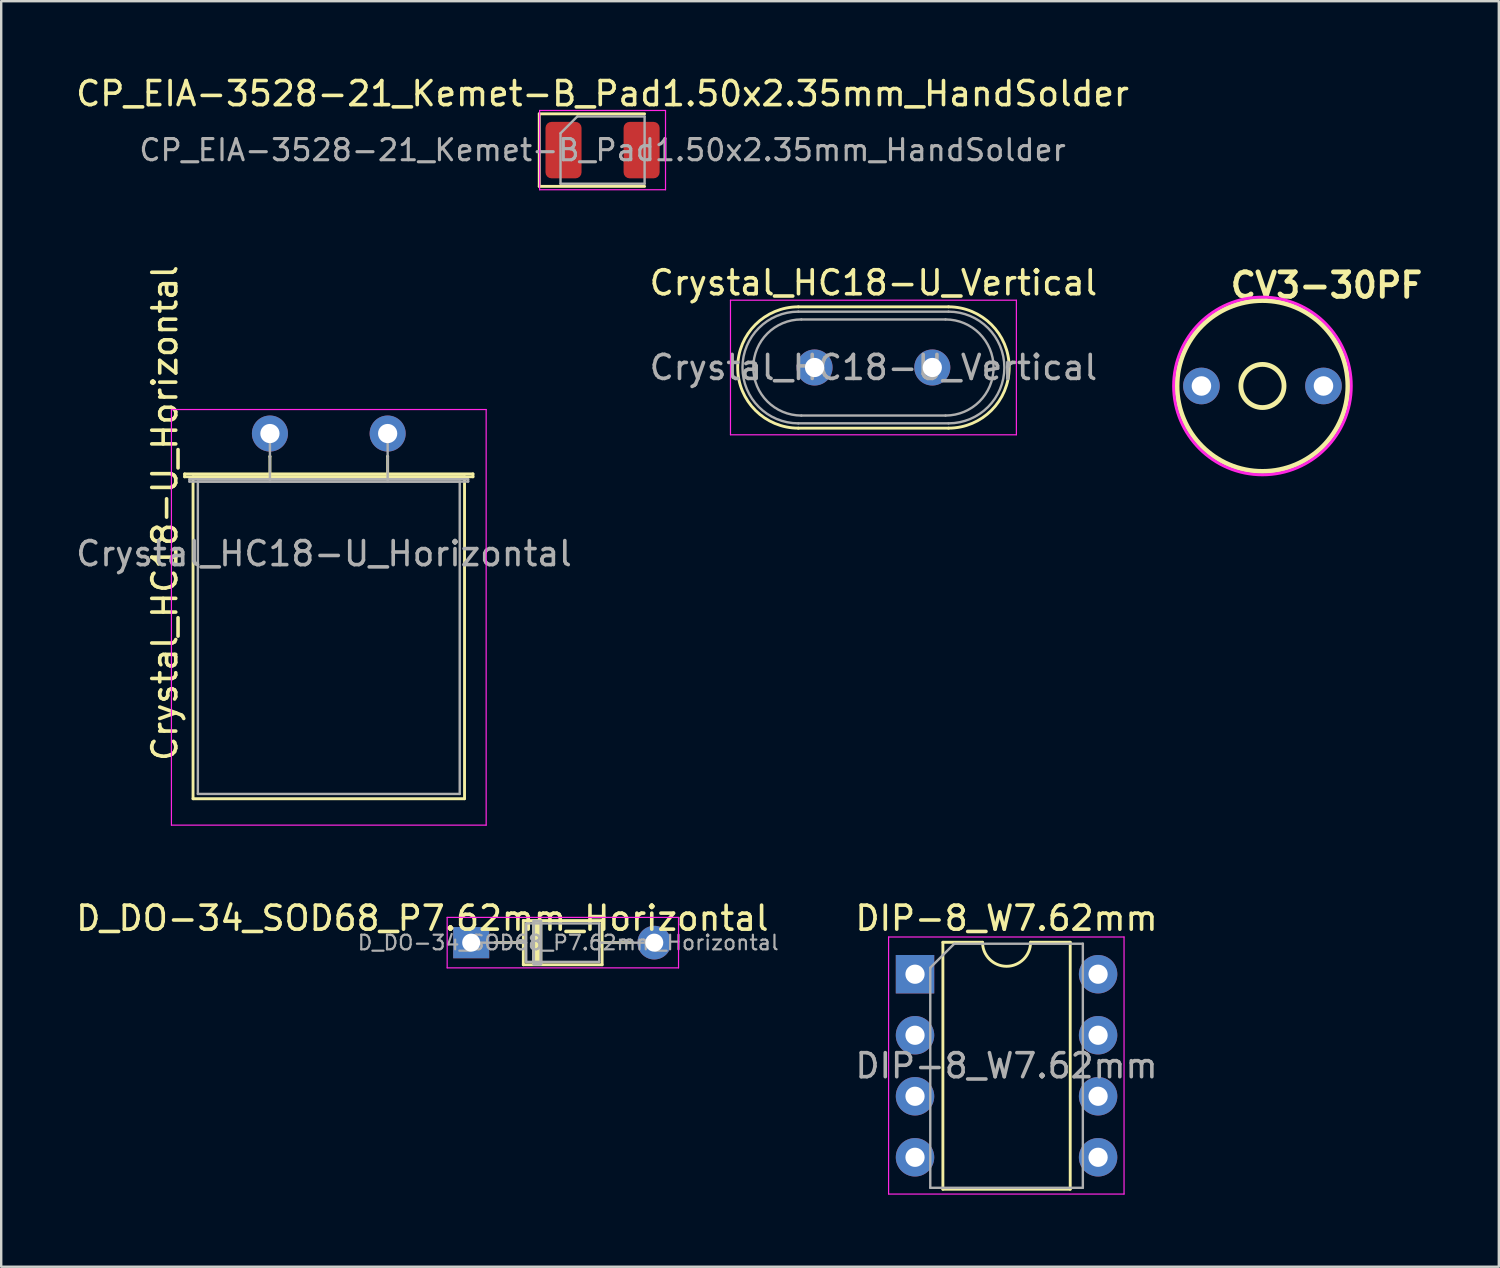
<source format=kicad_pcb>
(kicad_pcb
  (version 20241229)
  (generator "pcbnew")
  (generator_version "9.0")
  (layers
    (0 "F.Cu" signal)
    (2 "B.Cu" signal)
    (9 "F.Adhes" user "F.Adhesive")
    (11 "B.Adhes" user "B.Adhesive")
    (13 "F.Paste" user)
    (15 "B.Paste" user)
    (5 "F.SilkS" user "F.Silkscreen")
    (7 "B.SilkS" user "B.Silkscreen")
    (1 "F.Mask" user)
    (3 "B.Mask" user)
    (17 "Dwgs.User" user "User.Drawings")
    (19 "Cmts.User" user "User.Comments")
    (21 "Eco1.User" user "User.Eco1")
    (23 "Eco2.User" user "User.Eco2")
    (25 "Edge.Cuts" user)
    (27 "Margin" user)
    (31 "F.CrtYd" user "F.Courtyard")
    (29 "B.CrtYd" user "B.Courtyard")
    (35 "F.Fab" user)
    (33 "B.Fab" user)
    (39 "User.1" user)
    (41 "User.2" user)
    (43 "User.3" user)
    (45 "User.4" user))
  (footprint "D_DO-34_SOD68_P7.62mm_Horizontal"
    (layer "F.Cu")
    (at 16.562 36.185)
    (property "Reference" "D_DO-34_SOD68_P7.62mm_Horizontal" (at -2.032 -1.016 0) (layer "F.SilkS") (effects (font (size 1 1) (thickness 0.15))))
    (attr through_hole)
    (fp_line (start 0.99 0) (end 2.17 0) (stroke (width 0.12) (type solid)) (layer "F.SilkS"))
    (fp_line (start 2.17 -0.92) (end 2.17 0.92) (stroke (width 0.12) (type solid)) (layer "F.SilkS"))
    (fp_line (start 2.17 0.92) (end 5.45 0.92) (stroke (width 0.12) (type solid)) (layer "F.SilkS"))
    (fp_line (start 5.45 -0.92) (end 2.17 -0.92) (stroke (width 0.12) (type solid)) (layer "F.SilkS"))
    (fp_line (start 5.45 0.92) (end 5.45 -0.92) (stroke (width 0.12) (type solid)) (layer "F.SilkS"))
    (fp_line (start 6.63 0) (end 5.45 0) (stroke (width 0.12) (type solid)) (layer "F.SilkS"))
    (fp_rect (start 2.6 -0.9) (end 2.9 0.9) (stroke (width 0.12) (type solid)) (fill yes) (layer "F.SilkS"))
    (fp_line (start -1 -1.05) (end -1 1.05) (stroke (width 0.05) (type solid)) (layer "F.CrtYd"))
    (fp_line (start -1 1.05) (end 8.63 1.05) (stroke (width 0.05) (type solid)) (layer "F.CrtYd"))
    (fp_line (start 8.63 -1.05) (end -1 -1.05) (stroke (width 0.05) (type solid)) (layer "F.CrtYd"))
    (fp_line (start 8.63 1.05) (end 8.63 -1.05) (stroke (width 0.05) (type solid)) (layer "F.CrtYd"))
    (fp_line (start 0 0) (end 2.29 0) (stroke (width 0.1) (type solid)) (layer "F.Fab"))
    (fp_line (start 2.29 -0.8) (end 2.29 0.8) (stroke (width 0.1) (type solid)) (layer "F.Fab"))
    (fp_line (start 2.29 0.8) (end 5.33 0.8) (stroke (width 0.1) (type solid)) (layer "F.Fab"))
    (fp_line (start 5.33 -0.8) (end 2.29 -0.8) (stroke (width 0.1) (type solid)) (layer "F.Fab"))
    (fp_line (start 5.33 0.8) (end 5.33 -0.8) (stroke (width 0.1) (type solid)) (layer "F.Fab"))
    (fp_line (start 7.62 0) (end 5.33 0) (stroke (width 0.1) (type solid)) (layer "F.Fab"))
    (fp_rect (start 2.6 -0.9) (end 2.9 0.9) (stroke (width 0.12) (type solid)) (fill no) (layer "F.Fab"))
    (fp_text user "${REFERENCE}" (at 4.038 0 0) (layer "F.Fab") (effects (font (size 0.608 0.608) (thickness 0.091))))
    (pad "1" thru_hole rect (at 0 0) (size 1.5 1.3) (drill 0.75) (layers "*.Cu" "*.Mask"))
    (pad "2" thru_hole circle (at 7.62 0) (size 1.4 1.4) (drill 0.75) (layers "*.Cu" "*.Mask")))
  (footprint "Crystal_HC18-U_Horizontal"
    (layer "F.Cu")
    (at 8.185 14.995)
    (property "Reference" "Crystal_HC18-U_Horizontal" (at -4.375 3.312 90) (layer "F.SilkS") (effects (font (size 1 1) (thickness 0.15))))
    (attr through_hole)
    (fp_line (start -3.55 1.68) (end 8.45 1.68) (stroke (width 0.12) (type solid)) (layer "F.SilkS"))
    (fp_line (start -3.55 1.8) (end -3.55 1.68) (stroke (width 0.12) (type solid)) (layer "F.SilkS"))
    (fp_line (start -3.2 1.8) (end -3.2 15.2) (stroke (width 0.12) (type solid)) (layer "F.SilkS"))
    (fp_line (start -3.2 15.2) (end 8.1 15.2) (stroke (width 0.12) (type solid)) (layer "F.SilkS"))
    (fp_line (start 0 0.95) (end 0 0.95) (stroke (width 0.12) (type solid)) (layer "F.SilkS"))
    (fp_line (start 0 1.8) (end 0 0.95) (stroke (width 0.12) (type solid)) (layer "F.SilkS"))
    (fp_line (start 4.9 0.95) (end 4.9 0.95) (stroke (width 0.12) (type solid)) (layer "F.SilkS"))
    (fp_line (start 4.9 1.8) (end 4.9 0.95) (stroke (width 0.12) (type solid)) (layer "F.SilkS"))
    (fp_line (start 8.1 1.8) (end -3.2 1.8) (stroke (width 0.12) (type solid)) (layer "F.SilkS"))
    (fp_line (start 8.1 15.2) (end 8.1 1.8) (stroke (width 0.12) (type solid)) (layer "F.SilkS"))
    (fp_line (start 8.45 1.68) (end 8.45 1.8) (stroke (width 0.12) (type solid)) (layer "F.SilkS"))
    (fp_line (start 8.45 1.8) (end -3.55 1.8) (stroke (width 0.12) (type solid)) (layer "F.SilkS"))
    (fp_line (start -4.1 -1) (end -4.1 16.3) (stroke (width 0.05) (type solid)) (layer "F.CrtYd"))
    (fp_line (start -4.1 16.3) (end 9 16.3) (stroke (width 0.05) (type solid)) (layer "F.CrtYd"))
    (fp_line (start 9 -1) (end -4.1 -1) (stroke (width 0.05) (type solid)) (layer "F.CrtYd"))
    (fp_line (start 9 16.3) (end 9 -1) (stroke (width 0.05) (type solid)) (layer "F.CrtYd"))
    (fp_line (start -3.35 1.9) (end 8.25 1.9) (stroke (width 0.1) (type solid)) (layer "F.Fab"))
    (fp_line (start -3.35 2) (end -3.35 1.9) (stroke (width 0.1) (type solid)) (layer "F.Fab"))
    (fp_line (start -3 2) (end -3 15) (stroke (width 0.1) (type solid)) (layer "F.Fab"))
    (fp_line (start -3 15) (end 7.9 15) (stroke (width 0.1) (type solid)) (layer "F.Fab"))
    (fp_line (start 0 1) (end 0 0) (stroke (width 0.1) (type solid)) (layer "F.Fab"))
    (fp_line (start 0 2) (end 0 1) (stroke (width 0.1) (type solid)) (layer "F.Fab"))
    (fp_line (start 4.9 1) (end 4.9 0) (stroke (width 0.1) (type solid)) (layer "F.Fab"))
    (fp_line (start 4.9 2) (end 4.9 1) (stroke (width 0.1) (type solid)) (layer "F.Fab"))
    (fp_line (start 7.9 2) (end -3 2) (stroke (width 0.1) (type solid)) (layer "F.Fab"))
    (fp_line (start 7.9 15) (end 7.9 2) (stroke (width 0.1) (type solid)) (layer "F.Fab"))
    (fp_line (start 8.25 1.9) (end 8.25 2) (stroke (width 0.1) (type solid)) (layer "F.Fab"))
    (fp_line (start 8.25 2) (end -3.35 2) (stroke (width 0.1) (type solid)) (layer "F.Fab"))
    (fp_text user "${REFERENCE}" (at 2.25 5 0) (layer "F.Fab") (effects (font (size 1 1) (thickness 0.15))))
    (pad "1" thru_hole circle (at 0 0) (size 1.5 1.5) (drill 0.8) (layers "*.Cu" "*.Mask"))
    (pad "2" thru_hole circle (at 4.9 0) (size 1.5 1.5) (drill 0.8) (layers "*.Cu" "*.Mask")))
  (footprint "DIP-8_W7.62mm"
    (layer "F.Cu")
    (at 35.035 37.499)
    (property "Reference" "DIP-8_W7.62mm" (at 3.81 -2.33 0) (layer "F.SilkS") (effects (font (size 1 1) (thickness 0.15))))
    (attr through_hole)
    (fp_line (start 1.16 -1.33) (end 1.16 8.95) (stroke (width 0.12) (type solid)) (layer "F.SilkS"))
    (fp_line (start 1.16 8.95) (end 6.46 8.95) (stroke (width 0.12) (type solid)) (layer "F.SilkS"))
    (fp_line (start 2.81 -1.33) (end 1.16 -1.33) (stroke (width 0.12) (type solid)) (layer "F.SilkS"))
    (fp_line (start 6.46 -1.33) (end 4.81 -1.33) (stroke (width 0.12) (type solid)) (layer "F.SilkS"))
    (fp_line (start 6.46 8.95) (end 6.46 -1.33) (stroke (width 0.12) (type solid)) (layer "F.SilkS"))
    (fp_arc (start 4.81 -1.33) (mid 3.81 -0.33) (end 2.81 -1.33) (stroke (width 0.12) (type solid)) (layer "F.SilkS"))
    (fp_line (start -1.1 -1.55) (end -1.1 9.15) (stroke (width 0.05) (type solid)) (layer "F.CrtYd"))
    (fp_line (start -1.1 9.15) (end 8.7 9.15) (stroke (width 0.05) (type solid)) (layer "F.CrtYd"))
    (fp_line (start 8.7 -1.55) (end -1.1 -1.55) (stroke (width 0.05) (type solid)) (layer "F.CrtYd"))
    (fp_line (start 8.7 9.15) (end 8.7 -1.55) (stroke (width 0.05) (type solid)) (layer "F.CrtYd"))
    (fp_line (start 0.635 -0.27) (end 1.635 -1.27) (stroke (width 0.1) (type solid)) (layer "F.Fab"))
    (fp_line (start 0.635 8.89) (end 0.635 -0.27) (stroke (width 0.1) (type solid)) (layer "F.Fab"))
    (fp_line (start 1.635 -1.27) (end 6.985 -1.27) (stroke (width 0.1) (type solid)) (layer "F.Fab"))
    (fp_line (start 6.985 -1.27) (end 6.985 8.89) (stroke (width 0.1) (type solid)) (layer "F.Fab"))
    (fp_line (start 6.985 8.89) (end 0.635 8.89) (stroke (width 0.1) (type solid)) (layer "F.Fab"))
    (fp_text user "${REFERENCE}" (at 3.81 3.81 0) (layer "F.Fab") (effects (font (size 1 1) (thickness 0.15))))
    (pad "1" thru_hole rect (at 0 0) (size 1.6 1.6) (drill 0.8) (layers "*.Cu" "*.Mask"))
    (pad "2" thru_hole oval (at 0 2.54) (size 1.6 1.6) (drill 0.8) (layers "*.Cu" "*.Mask"))
    (pad "3" thru_hole oval (at 0 5.08) (size 1.6 1.6) (drill 0.8) (layers "*.Cu" "*.Mask"))
    (pad "4" thru_hole oval (at 0 7.62) (size 1.6 1.6) (drill 0.8) (layers "*.Cu" "*.Mask"))
    (pad "5" thru_hole oval (at 7.62 7.62) (size 1.6 1.6) (drill 0.8) (layers "*.Cu" "*.Mask"))
    (pad "6" thru_hole oval (at 7.62 5.08) (size 1.6 1.6) (drill 0.8) (layers "*.Cu" "*.Mask"))
    (pad "7" thru_hole oval (at 7.62 2.54) (size 1.6 1.6) (drill 0.8) (layers "*.Cu" "*.Mask"))
    (pad "8" thru_hole oval (at 7.62 0) (size 1.6 1.6) (drill 0.8) (layers "*.Cu" "*.Mask")))
  (footprint "CP_EIA-3528-21_Kemet-B_Pad1.50x2.35mm_HandSolder"
    (layer "F.Cu")
    (at 22.03 3.198)
    (property "Reference" "CP_EIA-3528-21_Kemet-B_Pad1.50x2.35mm_HandSolder" (at 0 -2.35 0) (layer "F.SilkS") (effects (font (size 1 1) (thickness 0.15))))
    (attr smd)
    (fp_line (start -2.635 -1.51) (end 1.75 -1.51) (stroke (width 0.12) (type solid)) (layer "F.SilkS"))
    (fp_line (start -2.635 1.51) (end -2.635 -1.51) (stroke (width 0.12) (type solid)) (layer "F.SilkS"))
    (fp_line (start 1.75 1.51) (end -2.635 1.51) (stroke (width 0.12) (type solid)) (layer "F.SilkS"))
    (fp_line (start -2.62 -1.65) (end -2.62 1.65) (stroke (width 0.05) (type solid)) (layer "F.CrtYd"))
    (fp_line (start -2.62 1.65) (end 2.62 1.65) (stroke (width 0.05) (type solid)) (layer "F.CrtYd"))
    (fp_line (start 2.62 -1.65) (end -2.62 -1.65) (stroke (width 0.05) (type solid)) (layer "F.CrtYd"))
    (fp_line (start 2.62 1.65) (end 2.62 -1.65) (stroke (width 0.05) (type solid)) (layer "F.CrtYd"))
    (fp_line (start -1.75 -0.7) (end -1.05 -1.4) (stroke (width 0.1) (type solid)) (layer "F.Fab"))
    (fp_line (start -1.75 1.4) (end -1.75 -0.7) (stroke (width 0.1) (type solid)) (layer "F.Fab"))
    (fp_line (start -1.05 -1.4) (end 1.75 -1.4) (stroke (width 0.1) (type solid)) (layer "F.Fab"))
    (fp_line (start 1.75 -1.4) (end 1.75 1.4) (stroke (width 0.1) (type solid)) (layer "F.Fab"))
    (fp_line (start 1.75 1.4) (end -1.75 1.4) (stroke (width 0.1) (type solid)) (layer "F.Fab"))
    (fp_text user "${REFERENCE}" (at 0 0 0) (layer "F.Fab") (effects (font (size 0.88 0.88) (thickness 0.13))))
    (pad "1" smd roundrect (at -1.625 0 180) (size 1.5 2.35) (layers "F.Cu" "F.Mask" "F.Paste") (roundrect_rratio 0.167))
    (pad "2" smd roundrect (at 1.625 0 180) (size 1.5 2.35) (layers "F.Cu" "F.Mask" "F.Paste") (roundrect_rratio 0.167)))
  (footprint "Crystal_HC18-U_Vertical"
    (layer "F.Cu")
    (at 30.854 12.246)
    (property "Reference" "Crystal_HC18-U_Vertical" (at 2.45 -3.525 0) (layer "F.SilkS") (effects (font (size 1 1) (thickness 0.15))))
    (attr through_hole)
    (fp_line (start -0.675 -2.525) (end 5.575 -2.525) (stroke (width 0.12) (type solid)) (layer "F.SilkS"))
    (fp_line (start -0.675 2.525) (end 5.575 2.525) (stroke (width 0.12) (type solid)) (layer "F.SilkS"))
    (fp_arc (start -0.675 2.525) (mid -3.2 0) (end -0.675 -2.525) (stroke (width 0.12) (type solid)) (layer "F.SilkS"))
    (fp_arc (start 5.575 -2.525) (mid 8.1 0) (end 5.575 2.525) (stroke (width 0.12) (type solid)) (layer "F.SilkS"))
    (fp_line (start -3.5 -2.8) (end -3.5 2.8) (stroke (width 0.05) (type solid)) (layer "F.CrtYd"))
    (fp_line (start -3.5 2.8) (end 8.4 2.8) (stroke (width 0.05) (type solid)) (layer "F.CrtYd"))
    (fp_line (start 8.4 -2.8) (end -3.5 -2.8) (stroke (width 0.05) (type solid)) (layer "F.CrtYd"))
    (fp_line (start 8.4 2.8) (end 8.4 -2.8) (stroke (width 0.05) (type solid)) (layer "F.CrtYd"))
    (fp_line (start -0.675 -2.325) (end 5.575 -2.325) (stroke (width 0.1) (type solid)) (layer "F.Fab"))
    (fp_line (start -0.675 2.325) (end 5.575 2.325) (stroke (width 0.1) (type solid)) (layer "F.Fab"))
    (fp_line (start -0.55 -2) (end 5.45 -2) (stroke (width 0.1) (type solid)) (layer "F.Fab"))
    (fp_line (start -0.55 2) (end 5.45 2) (stroke (width 0.1) (type solid)) (layer "F.Fab"))
    (fp_arc (start -0.675 2.325) (mid -3 0) (end -0.675 -2.325) (stroke (width 0.1) (type solid)) (layer "F.Fab"))
    (fp_arc (start -0.55 2) (mid -2.55 0) (end -0.55 -2) (stroke (width 0.1) (type solid)) (layer "F.Fab"))
    (fp_arc (start 5.45 -2) (mid 7.45 0) (end 5.45 2) (stroke (width 0.1) (type solid)) (layer "F.Fab"))
    (fp_arc (start 5.575 -2.325) (mid 7.9 0) (end 5.575 2.325) (stroke (width 0.1) (type solid)) (layer "F.Fab"))
    (fp_text user "${REFERENCE}" (at 2.45 0 0) (layer "F.Fab") (effects (font (size 1 1) (thickness 0.15))))
    (pad "1" thru_hole circle (at 0 0) (size 1.5 1.5) (drill 0.8) (layers "*.Cu" "*.Mask"))
    (pad "2" thru_hole circle (at 4.9 0) (size 1.5 1.5) (drill 0.8) (layers "*.Cu" "*.Mask")))
  (footprint "CV3-30PF"
    (layer "F.Cu")
    (at 49.496 13.015)
    (property "Reference" "CV3-30PF" (at 2.667 -4.191 0) (layer "F.SilkS") (effects (font (size 1.016 1.016) (thickness 0.203))))
    (attr through_hole)
    (fp_circle (center 0 0) (end 0.898 0) (stroke (width 0.2) (type solid)) (fill no) (layer "F.SilkS"))
    (fp_circle (center 0 0) (end 3.556 0) (stroke (width 0.2) (type solid)) (fill no) (layer "F.SilkS"))
    (fp_circle (center 0 0) (end 3.556 -1.016) (stroke (width 0.12) (type solid)) (fill no) (layer "F.CrtYd"))
    (pad "1" thru_hole circle (at 2.54 0) (size 1.524 1.524) (drill 0.813) (layers "*.Cu" "*.Mask"))
    (pad "2" thru_hole circle (at -2.54 0) (size 1.524 1.524) (drill 0.813) (layers "*.Cu" "*.Mask")))
  (gr_rect
    (start -3 -3)
    (end 59.334 49.674)
    (stroke (width 0.1) (type default))
    (fill no)
    (layer "Edge.Cuts")))
</source>
